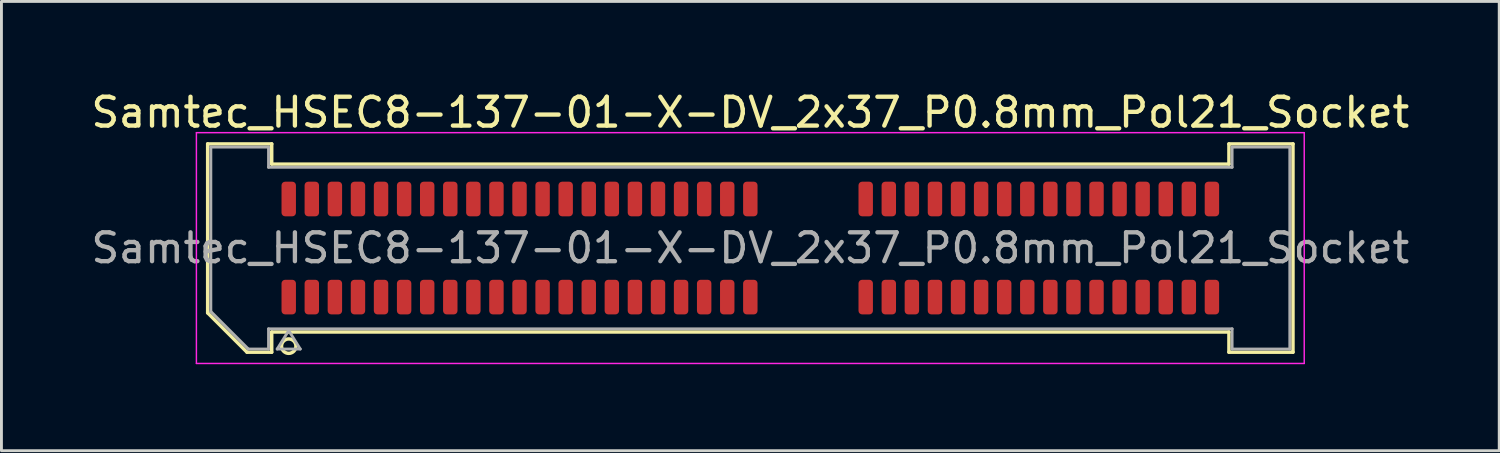
<source format=kicad_pcb>
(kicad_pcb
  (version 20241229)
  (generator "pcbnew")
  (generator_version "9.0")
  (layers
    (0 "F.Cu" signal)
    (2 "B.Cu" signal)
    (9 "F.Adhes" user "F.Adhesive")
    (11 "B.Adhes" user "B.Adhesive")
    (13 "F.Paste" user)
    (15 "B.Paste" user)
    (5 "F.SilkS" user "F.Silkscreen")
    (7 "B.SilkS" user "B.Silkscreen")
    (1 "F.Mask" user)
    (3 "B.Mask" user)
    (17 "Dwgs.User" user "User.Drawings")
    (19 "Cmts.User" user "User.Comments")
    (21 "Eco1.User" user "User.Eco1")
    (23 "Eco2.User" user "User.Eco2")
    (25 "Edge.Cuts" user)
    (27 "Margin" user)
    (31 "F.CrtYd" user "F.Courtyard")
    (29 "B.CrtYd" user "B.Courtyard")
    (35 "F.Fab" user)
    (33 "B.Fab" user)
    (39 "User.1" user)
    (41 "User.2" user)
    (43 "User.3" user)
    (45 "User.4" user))
  (footprint "Samtec_HSEC8-137-01-X-DV_2x37_P0.8mm_Pol21_Socket"
    (layer "F.Cu")
    (at 22.958 5.548)
    (property "Reference" "Samtec_HSEC8-137-01-X-DV_2x37_P0.8mm_Pol21_Socket" (at 0 -4.7 0) (layer "F.SilkS") (effects (font (size 1 1) (thickness 0.15))))
    (attr smd)
    (fp_line (start -18.81 -3.61) (end -16.59 -3.61) (stroke (width 0.12) (type solid)) (layer "F.SilkS"))
    (fp_line (start -18.81 2.246) (end -18.81 -3.61) (stroke (width 0.12) (type solid)) (layer "F.SilkS"))
    (fp_line (start -17.446 3.61) (end -18.81 2.246) (stroke (width 0.12) (type solid)) (layer "F.SilkS"))
    (fp_line (start -16.59 -3.61) (end -16.59 -2.91) (stroke (width 0.12) (type solid)) (layer "F.SilkS"))
    (fp_line (start -16.59 -2.91) (end 16.59 -2.91) (stroke (width 0.12) (type solid)) (layer "F.SilkS"))
    (fp_line (start -16.59 2.91) (end -16.59 3.61) (stroke (width 0.12) (type solid)) (layer "F.SilkS"))
    (fp_line (start -16.59 3.61) (end -17.446 3.61) (stroke (width 0.12) (type solid)) (layer "F.SilkS"))
    (fp_line (start 16.59 -3.61) (end 18.81 -3.61) (stroke (width 0.12) (type solid)) (layer "F.SilkS"))
    (fp_line (start 16.59 -2.91) (end 16.59 -3.61) (stroke (width 0.12) (type solid)) (layer "F.SilkS"))
    (fp_line (start 16.59 2.91) (end -16.59 2.91) (stroke (width 0.12) (type solid)) (layer "F.SilkS"))
    (fp_line (start 16.59 3.61) (end 16.59 2.91) (stroke (width 0.12) (type solid)) (layer "F.SilkS"))
    (fp_line (start 18.81 -3.61) (end 18.81 3.61) (stroke (width 0.12) (type solid)) (layer "F.SilkS"))
    (fp_line (start 18.81 3.61) (end 16.59 3.61) (stroke (width 0.12) (type solid)) (layer "F.SilkS"))
    (fp_circle (center -16 3.4) (end -15.75 3.4) (stroke (width 0.12) (type solid)) (fill no) (layer "F.SilkS"))
    (fp_line (start -19.2 -4) (end -19.2 4) (stroke (width 0.05) (type solid)) (layer "F.CrtYd"))
    (fp_line (start -19.2 4) (end 19.2 4) (stroke (width 0.05) (type solid)) (layer "F.CrtYd"))
    (fp_line (start 19.2 -4) (end -19.2 -4) (stroke (width 0.05) (type solid)) (layer "F.CrtYd"))
    (fp_line (start 19.2 4) (end 19.2 -4) (stroke (width 0.05) (type solid)) (layer "F.CrtYd"))
    (fp_line (start -18.7 -3.5) (end -16.7 -3.5) (stroke (width 0.1) (type solid)) (layer "F.Fab"))
    (fp_line (start -18.7 2.2) (end -18.7 -3.5) (stroke (width 0.1) (type solid)) (layer "F.Fab"))
    (fp_line (start -17.4 3.5) (end -18.7 2.2) (stroke (width 0.1) (type solid)) (layer "F.Fab"))
    (fp_line (start -16.7 -3.5) (end -16.7 -2.8) (stroke (width 0.1) (type solid)) (layer "F.Fab"))
    (fp_line (start -16.7 -2.8) (end 16.7 -2.8) (stroke (width 0.1) (type solid)) (layer "F.Fab"))
    (fp_line (start -16.7 2.8) (end -16.7 3.5) (stroke (width 0.1) (type solid)) (layer "F.Fab"))
    (fp_line (start -16.7 3.5) (end -17.4 3.5) (stroke (width 0.1) (type solid)) (layer "F.Fab"))
    (fp_line (start -16.4 3.5) (end -16 2.86) (stroke (width 0.1) (type solid)) (layer "F.Fab"))
    (fp_line (start -16 2.86) (end -15.6 3.5) (stroke (width 0.1) (type solid)) (layer "F.Fab"))
    (fp_line (start -15.6 3.5) (end -16.4 3.5) (stroke (width 0.1) (type solid)) (layer "F.Fab"))
    (fp_line (start 16.7 -3.5) (end 18.7 -3.5) (stroke (width 0.1) (type solid)) (layer "F.Fab"))
    (fp_line (start 16.7 -2.8) (end 16.7 -3.5) (stroke (width 0.1) (type solid)) (layer "F.Fab"))
    (fp_line (start 16.7 2.8) (end -16.7 2.8) (stroke (width 0.1) (type solid)) (layer "F.Fab"))
    (fp_line (start 16.7 3.5) (end 16.7 2.8) (stroke (width 0.1) (type solid)) (layer "F.Fab"))
    (fp_line (start 18.7 -3.5) (end 18.7 3.5) (stroke (width 0.1) (type solid)) (layer "F.Fab"))
    (fp_line (start 18.7 3.5) (end 16.7 3.5) (stroke (width 0.1) (type solid)) (layer "F.Fab"))
    (fp_text user "${REFERENCE}" (at 0 0 0) (layer "F.Fab") (effects (font (size 1 1) (thickness 0.15))))
    (pad "1" smd roundrect (at -16 1.7) (size 0.5 1.2) (layers "F.Cu" "F.Mask" "F.Paste") (roundrect_rratio 0.25))
    (pad "2" smd roundrect (at -16 -1.7) (size 0.5 1.2) (layers "F.Cu" "F.Mask" "F.Paste") (roundrect_rratio 0.25))
    (pad "3" smd roundrect (at -15.2 1.7) (size 0.5 1.2) (layers "F.Cu" "F.Mask" "F.Paste") (roundrect_rratio 0.25))
    (pad "4" smd roundrect (at -15.2 -1.7) (size 0.5 1.2) (layers "F.Cu" "F.Mask" "F.Paste") (roundrect_rratio 0.25))
    (pad "5" smd roundrect (at -14.4 1.7) (size 0.5 1.2) (layers "F.Cu" "F.Mask" "F.Paste") (roundrect_rratio 0.25))
    (pad "6" smd roundrect (at -14.4 -1.7) (size 0.5 1.2) (layers "F.Cu" "F.Mask" "F.Paste") (roundrect_rratio 0.25))
    (pad "7" smd roundrect (at -13.6 1.7) (size 0.5 1.2) (layers "F.Cu" "F.Mask" "F.Paste") (roundrect_rratio 0.25))
    (pad "8" smd roundrect (at -13.6 -1.7) (size 0.5 1.2) (layers "F.Cu" "F.Mask" "F.Paste") (roundrect_rratio 0.25))
    (pad "9" smd roundrect (at -12.8 1.7) (size 0.5 1.2) (layers "F.Cu" "F.Mask" "F.Paste") (roundrect_rratio 0.25))
    (pad "10" smd roundrect (at -12.8 -1.7) (size 0.5 1.2) (layers "F.Cu" "F.Mask" "F.Paste") (roundrect_rratio 0.25))
    (pad "11" smd roundrect (at -12 1.7) (size 0.5 1.2) (layers "F.Cu" "F.Mask" "F.Paste") (roundrect_rratio 0.25))
    (pad "12" smd roundrect (at -12 -1.7) (size 0.5 1.2) (layers "F.Cu" "F.Mask" "F.Paste") (roundrect_rratio 0.25))
    (pad "13" smd roundrect (at -11.2 1.7) (size 0.5 1.2) (layers "F.Cu" "F.Mask" "F.Paste") (roundrect_rratio 0.25))
    (pad "14" smd roundrect (at -11.2 -1.7) (size 0.5 1.2) (layers "F.Cu" "F.Mask" "F.Paste") (roundrect_rratio 0.25))
    (pad "15" smd roundrect (at -10.4 1.7) (size 0.5 1.2) (layers "F.Cu" "F.Mask" "F.Paste") (roundrect_rratio 0.25))
    (pad "16" smd roundrect (at -10.4 -1.7) (size 0.5 1.2) (layers "F.Cu" "F.Mask" "F.Paste") (roundrect_rratio 0.25))
    (pad "17" smd roundrect (at -9.6 1.7) (size 0.5 1.2) (layers "F.Cu" "F.Mask" "F.Paste") (roundrect_rratio 0.25))
    (pad "18" smd roundrect (at -9.6 -1.7) (size 0.5 1.2) (layers "F.Cu" "F.Mask" "F.Paste") (roundrect_rratio 0.25))
    (pad "19" smd roundrect (at -8.8 1.7) (size 0.5 1.2) (layers "F.Cu" "F.Mask" "F.Paste") (roundrect_rratio 0.25))
    (pad "20" smd roundrect (at -8.8 -1.7) (size 0.5 1.2) (layers "F.Cu" "F.Mask" "F.Paste") (roundrect_rratio 0.25))
    (pad "21" smd roundrect (at -8 1.7) (size 0.5 1.2) (layers "F.Cu" "F.Mask" "F.Paste") (roundrect_rratio 0.25))
    (pad "22" smd roundrect (at -8 -1.7) (size 0.5 1.2) (layers "F.Cu" "F.Mask" "F.Paste") (roundrect_rratio 0.25))
    (pad "23" smd roundrect (at -7.2 1.7) (size 0.5 1.2) (layers "F.Cu" "F.Mask" "F.Paste") (roundrect_rratio 0.25))
    (pad "24" smd roundrect (at -7.2 -1.7) (size 0.5 1.2) (layers "F.Cu" "F.Mask" "F.Paste") (roundrect_rratio 0.25))
    (pad "25" smd roundrect (at -6.4 1.7) (size 0.5 1.2) (layers "F.Cu" "F.Mask" "F.Paste") (roundrect_rratio 0.25))
    (pad "26" smd roundrect (at -6.4 -1.7) (size 0.5 1.2) (layers "F.Cu" "F.Mask" "F.Paste") (roundrect_rratio 0.25))
    (pad "27" smd roundrect (at -5.6 1.7) (size 0.5 1.2) (layers "F.Cu" "F.Mask" "F.Paste") (roundrect_rratio 0.25))
    (pad "28" smd roundrect (at -5.6 -1.7) (size 0.5 1.2) (layers "F.Cu" "F.Mask" "F.Paste") (roundrect_rratio 0.25))
    (pad "29" smd roundrect (at -4.8 1.7) (size 0.5 1.2) (layers "F.Cu" "F.Mask" "F.Paste") (roundrect_rratio 0.25))
    (pad "30" smd roundrect (at -4.8 -1.7) (size 0.5 1.2) (layers "F.Cu" "F.Mask" "F.Paste") (roundrect_rratio 0.25))
    (pad "31" smd roundrect (at -4 1.7) (size 0.5 1.2) (layers "F.Cu" "F.Mask" "F.Paste") (roundrect_rratio 0.25))
    (pad "32" smd roundrect (at -4 -1.7) (size 0.5 1.2) (layers "F.Cu" "F.Mask" "F.Paste") (roundrect_rratio 0.25))
    (pad "33" smd roundrect (at -3.2 1.7) (size 0.5 1.2) (layers "F.Cu" "F.Mask" "F.Paste") (roundrect_rratio 0.25))
    (pad "34" smd roundrect (at -3.2 -1.7) (size 0.5 1.2) (layers "F.Cu" "F.Mask" "F.Paste") (roundrect_rratio 0.25))
    (pad "35" smd roundrect (at -2.4 1.7) (size 0.5 1.2) (layers "F.Cu" "F.Mask" "F.Paste") (roundrect_rratio 0.25))
    (pad "36" smd roundrect (at -2.4 -1.7) (size 0.5 1.2) (layers "F.Cu" "F.Mask" "F.Paste") (roundrect_rratio 0.25))
    (pad "37" smd roundrect (at -1.6 1.7) (size 0.5 1.2) (layers "F.Cu" "F.Mask" "F.Paste") (roundrect_rratio 0.25))
    (pad "38" smd roundrect (at -1.6 -1.7) (size 0.5 1.2) (layers "F.Cu" "F.Mask" "F.Paste") (roundrect_rratio 0.25))
    (pad "39" smd roundrect (at -0.8 1.7) (size 0.5 1.2) (layers "F.Cu" "F.Mask" "F.Paste") (roundrect_rratio 0.25))
    (pad "40" smd roundrect (at -0.8 -1.7) (size 0.5 1.2) (layers "F.Cu" "F.Mask" "F.Paste") (roundrect_rratio 0.25))
    (pad "41" smd roundrect (at 0 1.7) (size 0.5 1.2) (layers "F.Cu" "F.Mask" "F.Paste") (roundrect_rratio 0.25))
    (pad "42" smd roundrect (at 0 -1.7) (size 0.5 1.2) (layers "F.Cu" "F.Mask" "F.Paste") (roundrect_rratio 0.25))
    (pad "43" smd roundrect (at 4 1.7) (size 0.5 1.2) (layers "F.Cu" "F.Mask" "F.Paste") (roundrect_rratio 0.25))
    (pad "44" smd roundrect (at 4 -1.7) (size 0.5 1.2) (layers "F.Cu" "F.Mask" "F.Paste") (roundrect_rratio 0.25))
    (pad "45" smd roundrect (at 4.8 1.7) (size 0.5 1.2) (layers "F.Cu" "F.Mask" "F.Paste") (roundrect_rratio 0.25))
    (pad "46" smd roundrect (at 4.8 -1.7) (size 0.5 1.2) (layers "F.Cu" "F.Mask" "F.Paste") (roundrect_rratio 0.25))
    (pad "47" smd roundrect (at 5.6 1.7) (size 0.5 1.2) (layers "F.Cu" "F.Mask" "F.Paste") (roundrect_rratio 0.25))
    (pad "48" smd roundrect (at 5.6 -1.7) (size 0.5 1.2) (layers "F.Cu" "F.Mask" "F.Paste") (roundrect_rratio 0.25))
    (pad "49" smd roundrect (at 6.4 1.7) (size 0.5 1.2) (layers "F.Cu" "F.Mask" "F.Paste") (roundrect_rratio 0.25))
    (pad "50" smd roundrect (at 6.4 -1.7) (size 0.5 1.2) (layers "F.Cu" "F.Mask" "F.Paste") (roundrect_rratio 0.25))
    (pad "51" smd roundrect (at 7.2 1.7) (size 0.5 1.2) (layers "F.Cu" "F.Mask" "F.Paste") (roundrect_rratio 0.25))
    (pad "52" smd roundrect (at 7.2 -1.7) (size 0.5 1.2) (layers "F.Cu" "F.Mask" "F.Paste") (roundrect_rratio 0.25))
    (pad "53" smd roundrect (at 8 1.7) (size 0.5 1.2) (layers "F.Cu" "F.Mask" "F.Paste") (roundrect_rratio 0.25))
    (pad "54" smd roundrect (at 8 -1.7) (size 0.5 1.2) (layers "F.Cu" "F.Mask" "F.Paste") (roundrect_rratio 0.25))
    (pad "55" smd roundrect (at 8.8 1.7) (size 0.5 1.2) (layers "F.Cu" "F.Mask" "F.Paste") (roundrect_rratio 0.25))
    (pad "56" smd roundrect (at 8.8 -1.7) (size 0.5 1.2) (layers "F.Cu" "F.Mask" "F.Paste") (roundrect_rratio 0.25))
    (pad "57" smd roundrect (at 9.6 1.7) (size 0.5 1.2) (layers "F.Cu" "F.Mask" "F.Paste") (roundrect_rratio 0.25))
    (pad "58" smd roundrect (at 9.6 -1.7) (size 0.5 1.2) (layers "F.Cu" "F.Mask" "F.Paste") (roundrect_rratio 0.25))
    (pad "59" smd roundrect (at 10.4 1.7) (size 0.5 1.2) (layers "F.Cu" "F.Mask" "F.Paste") (roundrect_rratio 0.25))
    (pad "60" smd roundrect (at 10.4 -1.7) (size 0.5 1.2) (layers "F.Cu" "F.Mask" "F.Paste") (roundrect_rratio 0.25))
    (pad "61" smd roundrect (at 11.2 1.7) (size 0.5 1.2) (layers "F.Cu" "F.Mask" "F.Paste") (roundrect_rratio 0.25))
    (pad "62" smd roundrect (at 11.2 -1.7) (size 0.5 1.2) (layers "F.Cu" "F.Mask" "F.Paste") (roundrect_rratio 0.25))
    (pad "63" smd roundrect (at 12 1.7) (size 0.5 1.2) (layers "F.Cu" "F.Mask" "F.Paste") (roundrect_rratio 0.25))
    (pad "64" smd roundrect (at 12 -1.7) (size 0.5 1.2) (layers "F.Cu" "F.Mask" "F.Paste") (roundrect_rratio 0.25))
    (pad "65" smd roundrect (at 12.8 1.7) (size 0.5 1.2) (layers "F.Cu" "F.Mask" "F.Paste") (roundrect_rratio 0.25))
    (pad "66" smd roundrect (at 12.8 -1.7) (size 0.5 1.2) (layers "F.Cu" "F.Mask" "F.Paste") (roundrect_rratio 0.25))
    (pad "67" smd roundrect (at 13.6 1.7) (size 0.5 1.2) (layers "F.Cu" "F.Mask" "F.Paste") (roundrect_rratio 0.25))
    (pad "68" smd roundrect (at 13.6 -1.7) (size 0.5 1.2) (layers "F.Cu" "F.Mask" "F.Paste") (roundrect_rratio 0.25))
    (pad "69" smd roundrect (at 14.4 1.7) (size 0.5 1.2) (layers "F.Cu" "F.Mask" "F.Paste") (roundrect_rratio 0.25))
    (pad "70" smd roundrect (at 14.4 -1.7) (size 0.5 1.2) (layers "F.Cu" "F.Mask" "F.Paste") (roundrect_rratio 0.25))
    (pad "71" smd roundrect (at 15.2 1.7) (size 0.5 1.2) (layers "F.Cu" "F.Mask" "F.Paste") (roundrect_rratio 0.25))
    (pad "72" smd roundrect (at 15.2 -1.7) (size 0.5 1.2) (layers "F.Cu" "F.Mask" "F.Paste") (roundrect_rratio 0.25))
    (pad "73" smd roundrect (at 16 1.7) (size 0.5 1.2) (layers "F.Cu" "F.Mask" "F.Paste") (roundrect_rratio 0.25))
    (pad "74" smd roundrect (at 16 -1.7) (size 0.5 1.2) (layers "F.Cu" "F.Mask" "F.Paste") (roundrect_rratio 0.25)))
  (gr_rect
    (start -3 -3)
    (end 48.917 12.573)
    (stroke (width 0.1) (type default))
    (fill no)
    (layer "Edge.Cuts")))
</source>
